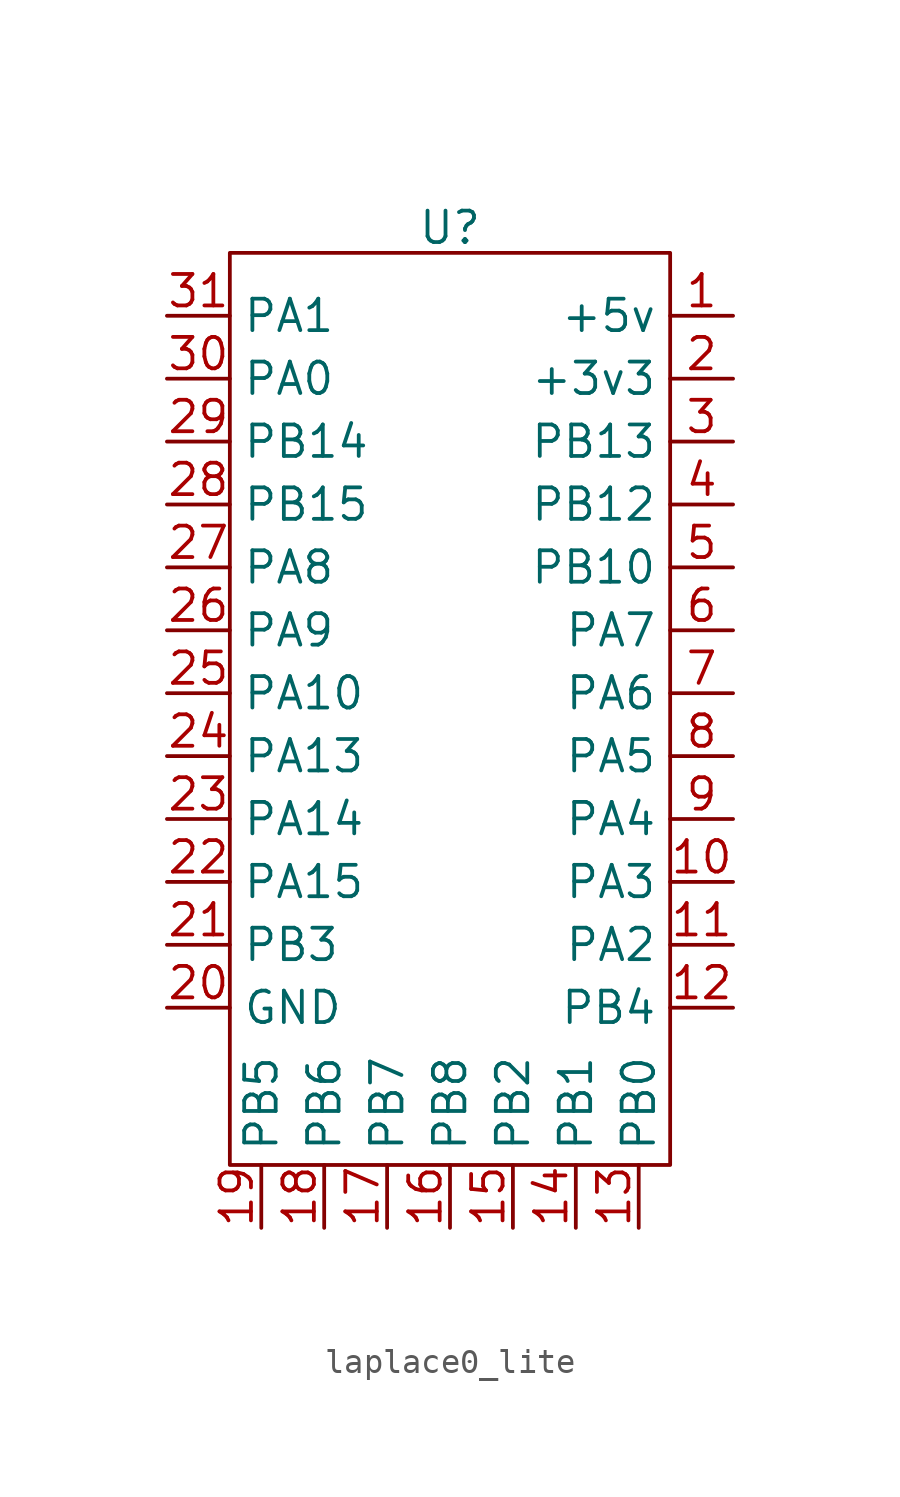
<source format=kicad_sym>
(kicad_symbol_lib
  (version 20241209)
  (generator "kicad_symbol_editor")
  (generator_version "9.0")
  (symbol "laplace0_lite"
    (property "Reference" "U"
      (at 0 1.016 0)
      (effects (font (size 1.27 1.27))))
    (property "Value" ""
      (at 0 0 0)
      (effects (font (size 1.27 1.27))))
    (symbol "laplace0_lite_0_1"
      (rectangle (start -8.89 0) (end 8.89 -36.83) (stroke (width 0) (type default)) (fill (type none))))
    (symbol "laplace0_lite_1_1"
      (pin input line (at -11.43 -2.54 0) (length 2.54) (name "PA1" (effects (font (size 1.27 1.27)))) (number "31" (effects (font (size 1.27 1.27)))))
      (pin input line (at -11.43 -5.08 0) (length 2.54) (name "PA0" (effects (font (size 1.27 1.27)))) (number "30" (effects (font (size 1.27 1.27)))))
      (pin input line (at -11.43 -7.62 0) (length 2.54) (name "PB14" (effects (font (size 1.27 1.27)))) (number "29" (effects (font (size 1.27 1.27)))))
      (pin input line (at -11.43 -10.16 0) (length 2.54) (name "PB15" (effects (font (size 1.27 1.27)))) (number "28" (effects (font (size 1.27 1.27)))))
      (pin input line (at -11.43 -12.7 0) (length 2.54) (name "PA8" (effects (font (size 1.27 1.27)))) (number "27" (effects (font (size 1.27 1.27)))))
      (pin input line (at -11.43 -15.24 0) (length 2.54) (name "PA9" (effects (font (size 1.27 1.27)))) (number "26" (effects (font (size 1.27 1.27)))))
      (pin input line (at -11.43 -17.78 0) (length 2.54) (name "PA10" (effects (font (size 1.27 1.27)))) (number "25" (effects (font (size 1.27 1.27)))))
      (pin input line (at -11.43 -20.32 0) (length 2.54) (name "PA13" (effects (font (size 1.27 1.27)))) (number "24" (effects (font (size 1.27 1.27)))))
      (pin input line (at -11.43 -22.86 0) (length 2.54) (name "PA14" (effects (font (size 1.27 1.27)))) (number "23" (effects (font (size 1.27 1.27)))))
      (pin input line (at -11.43 -25.4 0) (length 2.54) (name "PA15" (effects (font (size 1.27 1.27)))) (number "22" (effects (font (size 1.27 1.27)))))
      (pin input line (at -11.43 -27.94 0) (length 2.54) (name "PB3" (effects (font (size 1.27 1.27)))) (number "21" (effects (font (size 1.27 1.27)))))
      (pin input line (at -11.43 -30.48 0) (length 2.54) (name "GND" (effects (font (size 1.27 1.27)))) (number "20" (effects (font (size 1.27 1.27)))))
      (pin input line (at -7.62 -39.37 90) (length 2.54) (name "PB5" (effects (font (size 1.27 1.27)))) (number "19" (effects (font (size 1.27 1.27)))))
      (pin input line (at -5.08 -39.37 90) (length 2.54) (name "PB6" (effects (font (size 1.27 1.27)))) (number "18" (effects (font (size 1.27 1.27)))))
      (pin input line (at -2.54 -39.37 90) (length 2.54) (name "PB7" (effects (font (size 1.27 1.27)))) (number "17" (effects (font (size 1.27 1.27)))))
      (pin input line (at 0 -39.37 90) (length 2.54) (name "PB8" (effects (font (size 1.27 1.27)))) (number "16" (effects (font (size 1.27 1.27)))))
      (pin input line (at 2.54 -39.37 90) (length 2.54) (name "PB2" (effects (font (size 1.27 1.27)))) (number "15" (effects (font (size 1.27 1.27)))))
      (pin input line (at 5.08 -39.37 90) (length 2.54) (name "PB1" (effects (font (size 1.27 1.27)))) (number "14" (effects (font (size 1.27 1.27)))))
      (pin input line (at 7.62 -39.37 90) (length 2.54) (name "PB0" (effects (font (size 1.27 1.27)))) (number "13" (effects (font (size 1.27 1.27)))))
      (pin input line (at 11.43 -2.54 180) (length 2.54) (name "+5v" (effects (font (size 1.27 1.27)))) (number "1" (effects (font (size 1.27 1.27)))))
      (pin input line (at 11.43 -5.08 180) (length 2.54) (name "+3v3" (effects (font (size 1.27 1.27)))) (number "2" (effects (font (size 1.27 1.27)))))
      (pin input line (at 11.43 -7.62 180) (length 2.54) (name "PB13" (effects (font (size 1.27 1.27)))) (number "3" (effects (font (size 1.27 1.27)))))
      (pin input line (at 11.43 -10.16 180) (length 2.54) (name "PB12" (effects (font (size 1.27 1.27)))) (number "4" (effects (font (size 1.27 1.27)))))
      (pin input line (at 11.43 -12.7 180) (length 2.54) (name "PB10" (effects (font (size 1.27 1.27)))) (number "5" (effects (font (size 1.27 1.27)))))
      (pin input line (at 11.43 -15.24 180) (length 2.54) (name "PA7" (effects (font (size 1.27 1.27)))) (number "6" (effects (font (size 1.27 1.27)))))
      (pin input line (at 11.43 -17.78 180) (length 2.54) (name "PA6" (effects (font (size 1.27 1.27)))) (number "7" (effects (font (size 1.27 1.27)))))
      (pin input line (at 11.43 -20.32 180) (length 2.54) (name "PA5" (effects (font (size 1.27 1.27)))) (number "8" (effects (font (size 1.27 1.27)))))
      (pin input line (at 11.43 -22.86 180) (length 2.54) (name "PA4" (effects (font (size 1.27 1.27)))) (number "9" (effects (font (size 1.27 1.27)))))
      (pin input line (at 11.43 -25.4 180) (length 2.54) (name "PA3" (effects (font (size 1.27 1.27)))) (number "10" (effects (font (size 1.27 1.27)))))
      (pin input line (at 11.43 -27.94 180) (length 2.54) (name "PA2" (effects (font (size 1.27 1.27)))) (number "11" (effects (font (size 1.27 1.27)))))
      (pin input line (at 11.43 -30.48 180) (length 2.54) (name "PB4" (effects (font (size 1.27 1.27)))) (number "12" (effects (font (size 1.27 1.27))))))))
</source>
